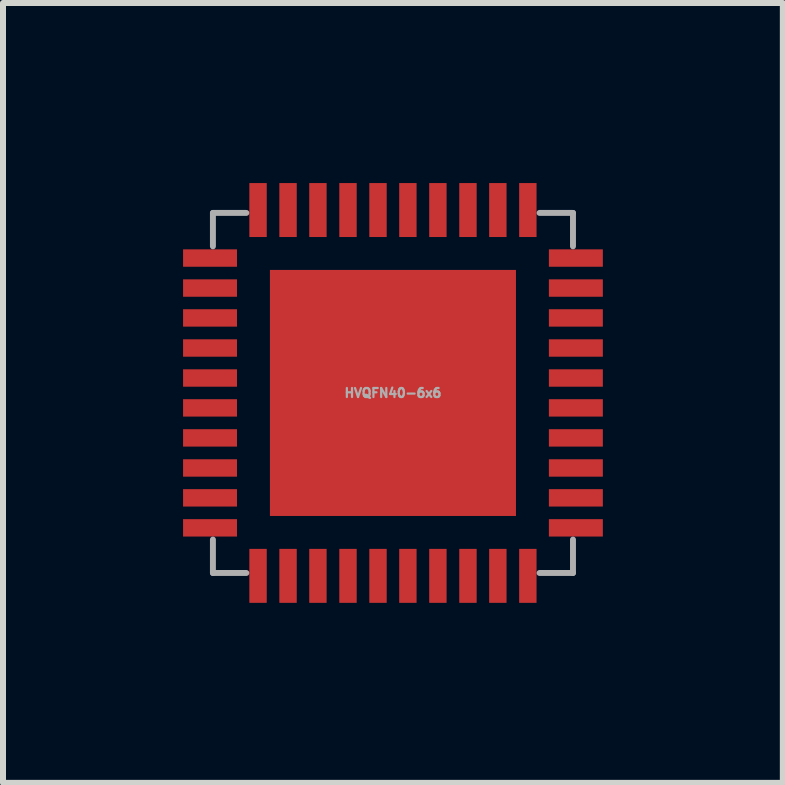
<source format=kicad_pcb>
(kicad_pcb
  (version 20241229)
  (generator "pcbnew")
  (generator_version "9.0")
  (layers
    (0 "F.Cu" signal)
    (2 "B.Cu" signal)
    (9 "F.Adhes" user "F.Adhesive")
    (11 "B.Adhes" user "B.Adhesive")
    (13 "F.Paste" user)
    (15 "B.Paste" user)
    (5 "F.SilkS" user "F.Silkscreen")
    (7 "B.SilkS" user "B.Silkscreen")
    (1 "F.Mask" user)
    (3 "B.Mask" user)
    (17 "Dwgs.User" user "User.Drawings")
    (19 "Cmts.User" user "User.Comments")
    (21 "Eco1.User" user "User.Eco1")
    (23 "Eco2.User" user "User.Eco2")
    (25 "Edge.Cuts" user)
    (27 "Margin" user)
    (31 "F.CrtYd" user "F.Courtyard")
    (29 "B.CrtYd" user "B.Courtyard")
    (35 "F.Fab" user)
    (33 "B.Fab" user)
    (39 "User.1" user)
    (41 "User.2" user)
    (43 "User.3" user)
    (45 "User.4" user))
  (footprint "HVQFN40-6x6"
    (layer "F.Cu")
    (at 3.498 3.498)
    (property "Reference" "HVQFN40-6x6" (at 0 0 0) (layer "F.Fab") (effects (font (size 0.15 0.15) (thickness 0.037))))
    (attr smd)
    (fp_line (start -3 -3) (end -3 -2.443) (stroke (width 0.099) (type solid)) (layer "F.Fab"))
    (fp_line (start -3 -3) (end -2.443 -3) (stroke (width 0.099) (type solid)) (layer "F.Fab"))
    (fp_line (start -3 2.443) (end -3 3) (stroke (width 0.099) (type solid)) (layer "F.Fab"))
    (fp_line (start -2.443 3) (end -3 3) (stroke (width 0.099) (type solid)) (layer "F.Fab"))
    (fp_line (start 2.443 -3) (end 3 -3) (stroke (width 0.099) (type solid)) (layer "F.Fab"))
    (fp_line (start 3 -3) (end 3 -2.443) (stroke (width 0.099) (type solid)) (layer "F.Fab"))
    (fp_line (start 3 2.443) (end 3 3) (stroke (width 0.099) (type solid)) (layer "F.Fab"))
    (fp_line (start 3 3) (end 2.443 3) (stroke (width 0.099) (type solid)) (layer "F.Fab"))
    (pad "1" smd rect (at -2.248 3.048 180) (size 0.29 0.899) (layers "F.Cu" "F.Mask" "F.Paste"))
    (pad "2" smd rect (at -1.748 3.048 180) (size 0.29 0.899) (layers "F.Cu" "F.Mask" "F.Paste"))
    (pad "3" smd rect (at -1.25 3.048 180) (size 0.29 0.899) (layers "F.Cu" "F.Mask" "F.Paste"))
    (pad "4" smd rect (at -0.749 3.048 180) (size 0.29 0.899) (layers "F.Cu" "F.Mask" "F.Paste"))
    (pad "5" smd rect (at -0.249 3.048 180) (size 0.29 0.899) (layers "F.Cu" "F.Mask" "F.Paste"))
    (pad "6" smd rect (at 0.249 3.048 180) (size 0.29 0.899) (layers "F.Cu" "F.Mask" "F.Paste"))
    (pad "7" smd rect (at 0.749 3.048 180) (size 0.29 0.899) (layers "F.Cu" "F.Mask" "F.Paste"))
    (pad "8" smd rect (at 1.25 3.048 180) (size 0.29 0.899) (layers "F.Cu" "F.Mask" "F.Paste"))
    (pad "9" smd rect (at 1.748 3.048 180) (size 0.29 0.899) (layers "F.Cu" "F.Mask" "F.Paste"))
    (pad "10" smd rect (at 2.248 3.048 180) (size 0.29 0.899) (layers "F.Cu" "F.Mask" "F.Paste"))
    (pad "11" smd rect (at 3.048 2.248 270) (size 0.29 0.899) (layers "F.Cu" "F.Mask" "F.Paste"))
    (pad "12" smd rect (at 3.048 1.748 270) (size 0.29 0.899) (layers "F.Cu" "F.Mask" "F.Paste"))
    (pad "13" smd rect (at 3.048 1.25 270) (size 0.29 0.899) (layers "F.Cu" "F.Mask" "F.Paste"))
    (pad "14" smd rect (at 3.048 0.749 270) (size 0.29 0.899) (layers "F.Cu" "F.Mask" "F.Paste"))
    (pad "15" smd rect (at 3.048 0.249 270) (size 0.29 0.899) (layers "F.Cu" "F.Mask" "F.Paste"))
    (pad "16" smd rect (at 3.048 -0.249 270) (size 0.29 0.899) (layers "F.Cu" "F.Mask" "F.Paste"))
    (pad "17" smd rect (at 3.048 -0.749 270) (size 0.29 0.899) (layers "F.Cu" "F.Mask" "F.Paste"))
    (pad "18" smd rect (at 3.048 -1.25 270) (size 0.29 0.899) (layers "F.Cu" "F.Mask" "F.Paste"))
    (pad "19" smd rect (at 3.048 -1.748 270) (size 0.29 0.899) (layers "F.Cu" "F.Mask" "F.Paste"))
    (pad "20" smd rect (at 3.048 -2.248 270) (size 0.29 0.899) (layers "F.Cu" "F.Mask" "F.Paste"))
    (pad "21" smd rect (at 2.248 -3.048) (size 0.29 0.899) (layers "F.Cu" "F.Mask" "F.Paste"))
    (pad "22" smd rect (at 1.748 -3.048) (size 0.29 0.899) (layers "F.Cu" "F.Mask" "F.Paste"))
    (pad "23" smd rect (at 1.25 -3.048) (size 0.29 0.899) (layers "F.Cu" "F.Mask" "F.Paste"))
    (pad "24" smd rect (at 0.749 -3.048) (size 0.29 0.899) (layers "F.Cu" "F.Mask" "F.Paste"))
    (pad "25" smd rect (at 0.249 -3.048) (size 0.29 0.899) (layers "F.Cu" "F.Mask" "F.Paste"))
    (pad "26" smd rect (at -0.249 -3.048) (size 0.29 0.899) (layers "F.Cu" "F.Mask" "F.Paste"))
    (pad "27" smd rect (at -0.749 -3.048) (size 0.29 0.899) (layers "F.Cu" "F.Mask" "F.Paste"))
    (pad "28" smd rect (at -1.25 -3.048) (size 0.29 0.899) (layers "F.Cu" "F.Mask" "F.Paste"))
    (pad "29" smd rect (at -1.748 -3.048) (size 0.29 0.899) (layers "F.Cu" "F.Mask" "F.Paste"))
    (pad "30" smd rect (at -2.248 -3.048) (size 0.29 0.899) (layers "F.Cu" "F.Mask" "F.Paste"))
    (pad "31" smd rect (at -3.048 -2.248 90) (size 0.29 0.899) (layers "F.Cu" "F.Mask" "F.Paste"))
    (pad "32" smd rect (at -3.048 -1.748 90) (size 0.29 0.899) (layers "F.Cu" "F.Mask" "F.Paste"))
    (pad "33" smd rect (at -3.048 -1.25 90) (size 0.29 0.899) (layers "F.Cu" "F.Mask" "F.Paste"))
    (pad "34" smd rect (at -3.048 -0.749 90) (size 0.29 0.899) (layers "F.Cu" "F.Mask" "F.Paste"))
    (pad "35" smd rect (at -3.048 -0.249 90) (size 0.29 0.899) (layers "F.Cu" "F.Mask" "F.Paste"))
    (pad "36" smd rect (at -3.048 0.249 90) (size 0.29 0.899) (layers "F.Cu" "F.Mask" "F.Paste"))
    (pad "37" smd rect (at -3.048 0.749 90) (size 0.29 0.899) (layers "F.Cu" "F.Mask" "F.Paste"))
    (pad "38" smd rect (at -3.048 1.25 90) (size 0.29 0.899) (layers "F.Cu" "F.Mask" "F.Paste"))
    (pad "39" smd rect (at -3.048 1.748 90) (size 0.29 0.899) (layers "F.Cu" "F.Mask" "F.Paste"))
    (pad "40" smd rect (at -3.048 2.248 90) (size 0.29 0.899) (layers "F.Cu" "F.Mask" "F.Paste"))
    (pad "EXP" smd rect (at 0 0) (size 4.1 4.1) (layers "F.Cu" "F.Mask" "F.Paste")))
  (gr_rect
    (start -3 -3)
    (end 9.995 9.995)
    (stroke (width 0.1) (type default))
    (fill no)
    (layer "Edge.Cuts")))
</source>
